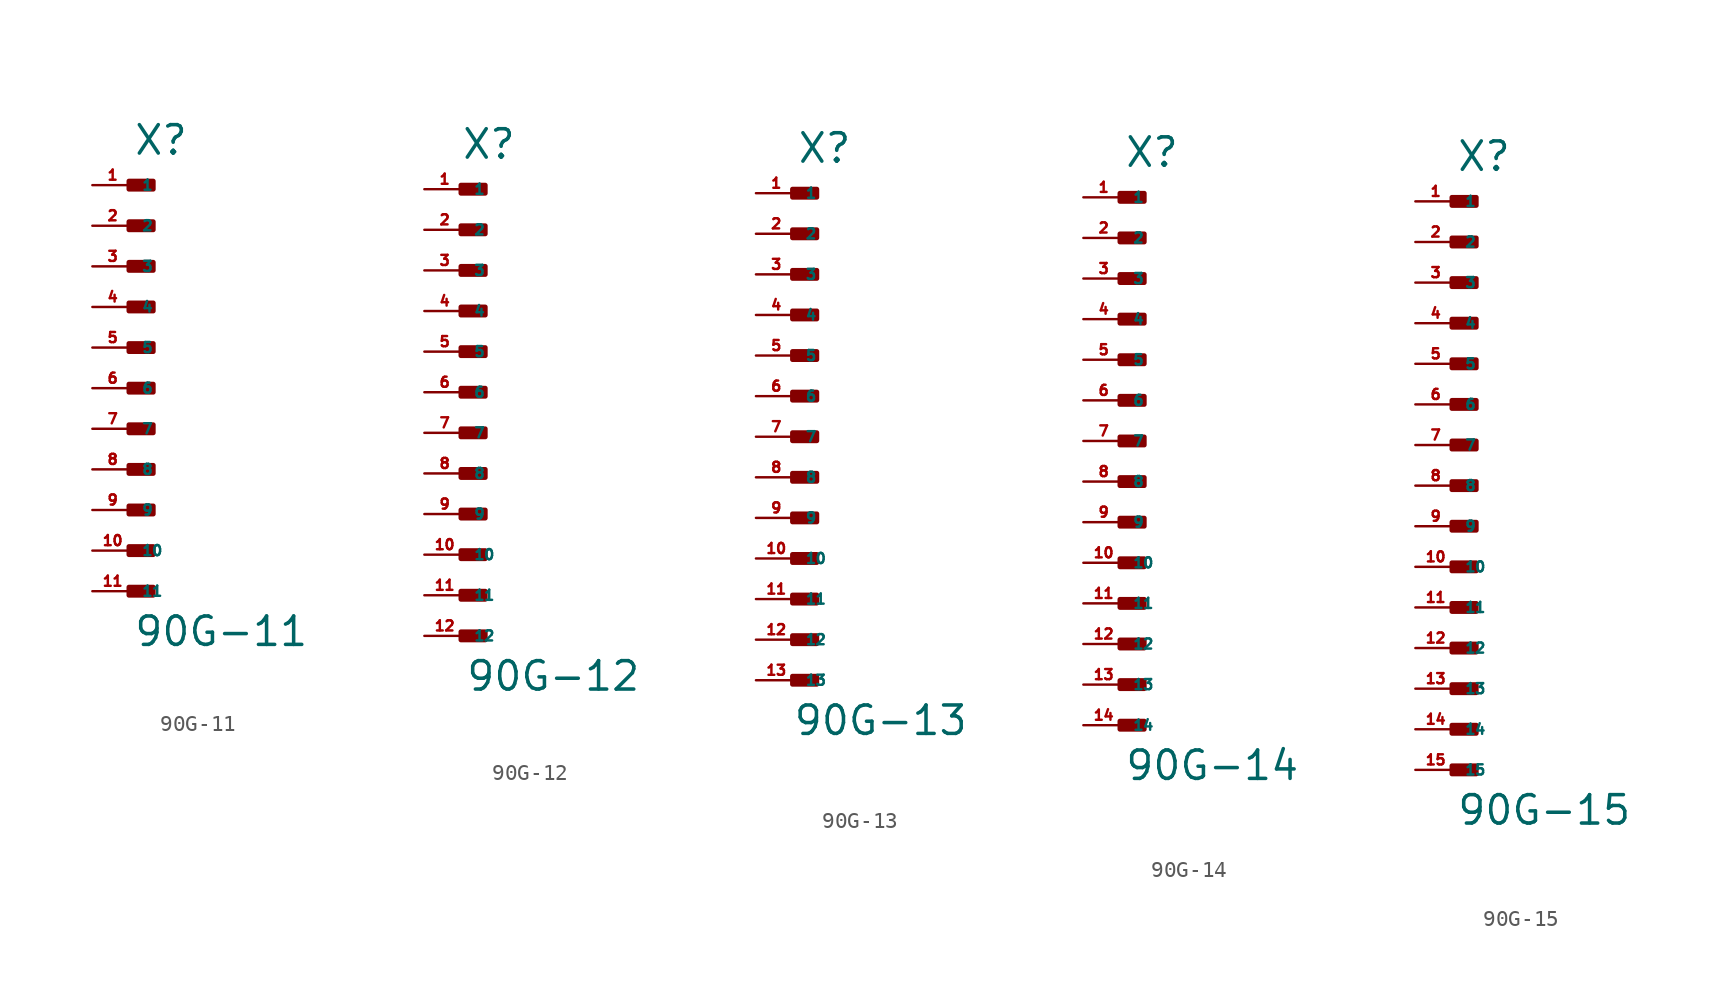
<source format=kicad_sym>
(kicad_symbol_lib
  (version 20220914)
  (generator Eagle2Kicad)
  (symbol "90G-11"
    (property "Reference" "X"
      (at 0 14.478 0)
      (effects (font (size 1.778 1.778) (thickness 0.22)) (justify left bottom)))
    (property "Value" "90G-11"
      (at 0 -16.256 0)
      (effects (font (size 1.778 1.778) (thickness 0.22)) (justify left bottom)))
    (rectangle
      (start -0.254 12.446)
      (end 1.27 12.954)
      (stroke (width 0.3) (type default))
      (fill (type outline)))
    (rectangle
      (start -0.254 9.906)
      (end 1.27 10.414)
      (stroke (width 0.3) (type default))
      (fill (type outline)))
    (rectangle
      (start -0.254 7.366)
      (end 1.27 7.874)
      (stroke (width 0.3) (type default))
      (fill (type outline)))
    (rectangle
      (start -0.254 4.826)
      (end 1.27 5.334)
      (stroke (width 0.3) (type default))
      (fill (type outline)))
    (rectangle
      (start -0.254 2.286)
      (end 1.27 2.794)
      (stroke (width 0.3) (type default))
      (fill (type outline)))
    (rectangle
      (start -0.254 -0.254)
      (end 1.27 0.254)
      (stroke (width 0.3) (type default))
      (fill (type outline)))
    (rectangle
      (start -0.254 -2.794)
      (end 1.27 -2.286)
      (stroke (width 0.3) (type default))
      (fill (type outline)))
    (rectangle
      (start -0.254 -5.334)
      (end 1.27 -4.826)
      (stroke (width 0.3) (type default))
      (fill (type outline)))
    (rectangle
      (start -0.254 -7.874)
      (end 1.27 -7.366)
      (stroke (width 0.3) (type default))
      (fill (type outline)))
    (rectangle
      (start -0.254 -10.414)
      (end 1.27 -9.906)
      (stroke (width 0.3) (type default))
      (fill (type outline)))
    (rectangle
      (start -0.254 -12.954)
      (end 1.27 -12.446)
      (stroke (width 0.3) (type default))
      (fill (type outline)))
    (pin passive line
      (at -2.54 12.7 0)
      (length 2.54)
      (name "1" (effects (font (size 0.635 0.635) (thickness 0.08)) (justify left bottom)))
      (number "1" (effects (font (size 0.635 0.635) (thickness 0.08)) (justify left bottom))))
    (pin passive line
      (at -2.54 10.16 0)
      (length 2.54)
      (name "2" (effects (font (size 0.635 0.635) (thickness 0.08)) (justify left bottom)))
      (number "2" (effects (font (size 0.635 0.635) (thickness 0.08)) (justify left bottom))))
    (pin passive line
      (at -2.54 7.62 0)
      (length 2.54)
      (name "3" (effects (font (size 0.635 0.635) (thickness 0.08)) (justify left bottom)))
      (number "3" (effects (font (size 0.635 0.635) (thickness 0.08)) (justify left bottom))))
    (pin passive line
      (at -2.54 5.08 0)
      (length 2.54)
      (name "4" (effects (font (size 0.635 0.635) (thickness 0.08)) (justify left bottom)))
      (number "4" (effects (font (size 0.635 0.635) (thickness 0.08)) (justify left bottom))))
    (pin passive line
      (at -2.54 2.54 0)
      (length 2.54)
      (name "5" (effects (font (size 0.635 0.635) (thickness 0.08)) (justify left bottom)))
      (number "5" (effects (font (size 0.635 0.635) (thickness 0.08)) (justify left bottom))))
    (pin passive line
      (at -2.54 0 0)
      (length 2.54)
      (name "6" (effects (font (size 0.635 0.635) (thickness 0.08)) (justify left bottom)))
      (number "6" (effects (font (size 0.635 0.635) (thickness 0.08)) (justify left bottom))))
    (pin passive line
      (at -2.54 -2.54 0)
      (length 2.54)
      (name "7" (effects (font (size 0.635 0.635) (thickness 0.08)) (justify left bottom)))
      (number "7" (effects (font (size 0.635 0.635) (thickness 0.08)) (justify left bottom))))
    (pin passive line
      (at -2.54 -5.08 0)
      (length 2.54)
      (name "8" (effects (font (size 0.635 0.635) (thickness 0.08)) (justify left bottom)))
      (number "8" (effects (font (size 0.635 0.635) (thickness 0.08)) (justify left bottom))))
    (pin passive line
      (at -2.54 -7.62 0)
      (length 2.54)
      (name "9" (effects (font (size 0.635 0.635) (thickness 0.08)) (justify left bottom)))
      (number "9" (effects (font (size 0.635 0.635) (thickness 0.08)) (justify left bottom))))
    (pin passive line
      (at -2.54 -10.16 0)
      (length 2.54)
      (name "10" (effects (font (size 0.635 0.635) (thickness 0.08)) (justify left bottom)))
      (number "10" (effects (font (size 0.635 0.635) (thickness 0.08)) (justify left bottom))))
    (pin passive line
      (at -2.54 -12.7 0)
      (length 2.54)
      (name "11" (effects (font (size 0.635 0.635) (thickness 0.08)) (justify left bottom)))
      (number "11" (effects (font (size 0.635 0.635) (thickness 0.08)) (justify left bottom)))))
  (symbol "90G-12"
    (property "Reference" "X"
      (at -0.254 14.478 0)
      (effects (font (size 1.778 1.778) (thickness 0.22)) (justify left bottom)))
    (property "Value" "90G-12"
      (at 0 -18.796 0)
      (effects (font (size 1.778 1.778) (thickness 0.22)) (justify left bottom)))
    (rectangle
      (start -0.254 12.446)
      (end 1.27 12.954)
      (stroke (width 0.3) (type default))
      (fill (type outline)))
    (rectangle
      (start -0.254 9.906)
      (end 1.27 10.414)
      (stroke (width 0.3) (type default))
      (fill (type outline)))
    (rectangle
      (start -0.254 7.366)
      (end 1.27 7.874)
      (stroke (width 0.3) (type default))
      (fill (type outline)))
    (rectangle
      (start -0.254 4.826)
      (end 1.27 5.334)
      (stroke (width 0.3) (type default))
      (fill (type outline)))
    (rectangle
      (start -0.254 2.286)
      (end 1.27 2.794)
      (stroke (width 0.3) (type default))
      (fill (type outline)))
    (rectangle
      (start -0.254 -0.254)
      (end 1.27 0.254)
      (stroke (width 0.3) (type default))
      (fill (type outline)))
    (rectangle
      (start -0.254 -2.794)
      (end 1.27 -2.286)
      (stroke (width 0.3) (type default))
      (fill (type outline)))
    (rectangle
      (start -0.254 -5.334)
      (end 1.27 -4.826)
      (stroke (width 0.3) (type default))
      (fill (type outline)))
    (rectangle
      (start -0.254 -7.874)
      (end 1.27 -7.366)
      (stroke (width 0.3) (type default))
      (fill (type outline)))
    (rectangle
      (start -0.254 -10.414)
      (end 1.27 -9.906)
      (stroke (width 0.3) (type default))
      (fill (type outline)))
    (rectangle
      (start -0.254 -12.954)
      (end 1.27 -12.446)
      (stroke (width 0.3) (type default))
      (fill (type outline)))
    (rectangle
      (start -0.254 -15.494)
      (end 1.27 -14.986)
      (stroke (width 0.3) (type default))
      (fill (type outline)))
    (pin passive line
      (at -2.54 12.7 0)
      (length 2.54)
      (name "1" (effects (font (size 0.635 0.635) (thickness 0.08)) (justify left bottom)))
      (number "1" (effects (font (size 0.635 0.635) (thickness 0.08)) (justify left bottom))))
    (pin passive line
      (at -2.54 10.16 0)
      (length 2.54)
      (name "2" (effects (font (size 0.635 0.635) (thickness 0.08)) (justify left bottom)))
      (number "2" (effects (font (size 0.635 0.635) (thickness 0.08)) (justify left bottom))))
    (pin passive line
      (at -2.54 7.62 0)
      (length 2.54)
      (name "3" (effects (font (size 0.635 0.635) (thickness 0.08)) (justify left bottom)))
      (number "3" (effects (font (size 0.635 0.635) (thickness 0.08)) (justify left bottom))))
    (pin passive line
      (at -2.54 5.08 0)
      (length 2.54)
      (name "4" (effects (font (size 0.635 0.635) (thickness 0.08)) (justify left bottom)))
      (number "4" (effects (font (size 0.635 0.635) (thickness 0.08)) (justify left bottom))))
    (pin passive line
      (at -2.54 2.54 0)
      (length 2.54)
      (name "5" (effects (font (size 0.635 0.635) (thickness 0.08)) (justify left bottom)))
      (number "5" (effects (font (size 0.635 0.635) (thickness 0.08)) (justify left bottom))))
    (pin passive line
      (at -2.54 0 0)
      (length 2.54)
      (name "6" (effects (font (size 0.635 0.635) (thickness 0.08)) (justify left bottom)))
      (number "6" (effects (font (size 0.635 0.635) (thickness 0.08)) (justify left bottom))))
    (pin passive line
      (at -2.54 -2.54 0)
      (length 2.54)
      (name "7" (effects (font (size 0.635 0.635) (thickness 0.08)) (justify left bottom)))
      (number "7" (effects (font (size 0.635 0.635) (thickness 0.08)) (justify left bottom))))
    (pin passive line
      (at -2.54 -5.08 0)
      (length 2.54)
      (name "8" (effects (font (size 0.635 0.635) (thickness 0.08)) (justify left bottom)))
      (number "8" (effects (font (size 0.635 0.635) (thickness 0.08)) (justify left bottom))))
    (pin passive line
      (at -2.54 -7.62 0)
      (length 2.54)
      (name "9" (effects (font (size 0.635 0.635) (thickness 0.08)) (justify left bottom)))
      (number "9" (effects (font (size 0.635 0.635) (thickness 0.08)) (justify left bottom))))
    (pin passive line
      (at -2.54 -10.16 0)
      (length 2.54)
      (name "10" (effects (font (size 0.635 0.635) (thickness 0.08)) (justify left bottom)))
      (number "10" (effects (font (size 0.635 0.635) (thickness 0.08)) (justify left bottom))))
    (pin passive line
      (at -2.54 -12.7 0)
      (length 2.54)
      (name "11" (effects (font (size 0.635 0.635) (thickness 0.08)) (justify left bottom)))
      (number "11" (effects (font (size 0.635 0.635) (thickness 0.08)) (justify left bottom))))
    (pin passive line
      (at -2.54 -15.24 0)
      (length 2.54)
      (name "12" (effects (font (size 0.635 0.635) (thickness 0.08)) (justify left bottom)))
      (number "12" (effects (font (size 0.635 0.635) (thickness 0.08)) (justify left bottom)))))
  (symbol "90G-13"
    (property "Reference" "X"
      (at 0 17.018 0)
      (effects (font (size 1.778 1.778) (thickness 0.22)) (justify left bottom)))
    (property "Value" "90G-13"
      (at -0.254 -18.796 0)
      (effects (font (size 1.778 1.778) (thickness 0.22)) (justify left bottom)))
    (rectangle
      (start -0.254 14.986)
      (end 1.27 15.494)
      (stroke (width 0.3) (type default))
      (fill (type outline)))
    (rectangle
      (start -0.254 12.446)
      (end 1.27 12.954)
      (stroke (width 0.3) (type default))
      (fill (type outline)))
    (rectangle
      (start -0.254 9.906)
      (end 1.27 10.414)
      (stroke (width 0.3) (type default))
      (fill (type outline)))
    (rectangle
      (start -0.254 7.366)
      (end 1.27 7.874)
      (stroke (width 0.3) (type default))
      (fill (type outline)))
    (rectangle
      (start -0.254 4.826)
      (end 1.27 5.334)
      (stroke (width 0.3) (type default))
      (fill (type outline)))
    (rectangle
      (start -0.254 2.286)
      (end 1.27 2.794)
      (stroke (width 0.3) (type default))
      (fill (type outline)))
    (rectangle
      (start -0.254 -0.254)
      (end 1.27 0.254)
      (stroke (width 0.3) (type default))
      (fill (type outline)))
    (rectangle
      (start -0.254 -2.794)
      (end 1.27 -2.286)
      (stroke (width 0.3) (type default))
      (fill (type outline)))
    (rectangle
      (start -0.254 -5.334)
      (end 1.27 -4.826)
      (stroke (width 0.3) (type default))
      (fill (type outline)))
    (rectangle
      (start -0.254 -7.874)
      (end 1.27 -7.366)
      (stroke (width 0.3) (type default))
      (fill (type outline)))
    (rectangle
      (start -0.254 -10.414)
      (end 1.27 -9.906)
      (stroke (width 0.3) (type default))
      (fill (type outline)))
    (rectangle
      (start -0.254 -12.954)
      (end 1.27 -12.446)
      (stroke (width 0.3) (type default))
      (fill (type outline)))
    (rectangle
      (start -0.254 -15.494)
      (end 1.27 -14.986)
      (stroke (width 0.3) (type default))
      (fill (type outline)))
    (pin passive line
      (at -2.54 15.24 0)
      (length 2.54)
      (name "1" (effects (font (size 0.635 0.635) (thickness 0.08)) (justify left bottom)))
      (number "1" (effects (font (size 0.635 0.635) (thickness 0.08)) (justify left bottom))))
    (pin passive line
      (at -2.54 12.7 0)
      (length 2.54)
      (name "2" (effects (font (size 0.635 0.635) (thickness 0.08)) (justify left bottom)))
      (number "2" (effects (font (size 0.635 0.635) (thickness 0.08)) (justify left bottom))))
    (pin passive line
      (at -2.54 10.16 0)
      (length 2.54)
      (name "3" (effects (font (size 0.635 0.635) (thickness 0.08)) (justify left bottom)))
      (number "3" (effects (font (size 0.635 0.635) (thickness 0.08)) (justify left bottom))))
    (pin passive line
      (at -2.54 7.62 0)
      (length 2.54)
      (name "4" (effects (font (size 0.635 0.635) (thickness 0.08)) (justify left bottom)))
      (number "4" (effects (font (size 0.635 0.635) (thickness 0.08)) (justify left bottom))))
    (pin passive line
      (at -2.54 5.08 0)
      (length 2.54)
      (name "5" (effects (font (size 0.635 0.635) (thickness 0.08)) (justify left bottom)))
      (number "5" (effects (font (size 0.635 0.635) (thickness 0.08)) (justify left bottom))))
    (pin passive line
      (at -2.54 2.54 0)
      (length 2.54)
      (name "6" (effects (font (size 0.635 0.635) (thickness 0.08)) (justify left bottom)))
      (number "6" (effects (font (size 0.635 0.635) (thickness 0.08)) (justify left bottom))))
    (pin passive line
      (at -2.54 0 0)
      (length 2.54)
      (name "7" (effects (font (size 0.635 0.635) (thickness 0.08)) (justify left bottom)))
      (number "7" (effects (font (size 0.635 0.635) (thickness 0.08)) (justify left bottom))))
    (pin passive line
      (at -2.54 -2.54 0)
      (length 2.54)
      (name "8" (effects (font (size 0.635 0.635) (thickness 0.08)) (justify left bottom)))
      (number "8" (effects (font (size 0.635 0.635) (thickness 0.08)) (justify left bottom))))
    (pin passive line
      (at -2.54 -5.08 0)
      (length 2.54)
      (name "9" (effects (font (size 0.635 0.635) (thickness 0.08)) (justify left bottom)))
      (number "9" (effects (font (size 0.635 0.635) (thickness 0.08)) (justify left bottom))))
    (pin passive line
      (at -2.54 -7.62 0)
      (length 2.54)
      (name "10" (effects (font (size 0.635 0.635) (thickness 0.08)) (justify left bottom)))
      (number "10" (effects (font (size 0.635 0.635) (thickness 0.08)) (justify left bottom))))
    (pin passive line
      (at -2.54 -10.16 0)
      (length 2.54)
      (name "11" (effects (font (size 0.635 0.635) (thickness 0.08)) (justify left bottom)))
      (number "11" (effects (font (size 0.635 0.635) (thickness 0.08)) (justify left bottom))))
    (pin passive line
      (at -2.54 -12.7 0)
      (length 2.54)
      (name "12" (effects (font (size 0.635 0.635) (thickness 0.08)) (justify left bottom)))
      (number "12" (effects (font (size 0.635 0.635) (thickness 0.08)) (justify left bottom))))
    (pin passive line
      (at -2.54 -15.24 0)
      (length 2.54)
      (name "13" (effects (font (size 0.635 0.635) (thickness 0.08)) (justify left bottom)))
      (number "13" (effects (font (size 0.635 0.635) (thickness 0.08)) (justify left bottom)))))
  (symbol "90G-14"
    (property "Reference" "X"
      (at 0 17.018 0)
      (effects (font (size 1.778 1.778) (thickness 0.22)) (justify left bottom)))
    (property "Value" "90G-14"
      (at 0 -21.336 0)
      (effects (font (size 1.778 1.778) (thickness 0.22)) (justify left bottom)))
    (rectangle
      (start -0.254 14.986)
      (end 1.27 15.494)
      (stroke (width 0.3) (type default))
      (fill (type outline)))
    (rectangle
      (start -0.254 12.446)
      (end 1.27 12.954)
      (stroke (width 0.3) (type default))
      (fill (type outline)))
    (rectangle
      (start -0.254 9.906)
      (end 1.27 10.414)
      (stroke (width 0.3) (type default))
      (fill (type outline)))
    (rectangle
      (start -0.254 7.366)
      (end 1.27 7.874)
      (stroke (width 0.3) (type default))
      (fill (type outline)))
    (rectangle
      (start -0.254 4.826)
      (end 1.27 5.334)
      (stroke (width 0.3) (type default))
      (fill (type outline)))
    (rectangle
      (start -0.254 2.286)
      (end 1.27 2.794)
      (stroke (width 0.3) (type default))
      (fill (type outline)))
    (rectangle
      (start -0.254 -0.254)
      (end 1.27 0.254)
      (stroke (width 0.3) (type default))
      (fill (type outline)))
    (rectangle
      (start -0.254 -2.794)
      (end 1.27 -2.286)
      (stroke (width 0.3) (type default))
      (fill (type outline)))
    (rectangle
      (start -0.254 -5.334)
      (end 1.27 -4.826)
      (stroke (width 0.3) (type default))
      (fill (type outline)))
    (rectangle
      (start -0.254 -7.874)
      (end 1.27 -7.366)
      (stroke (width 0.3) (type default))
      (fill (type outline)))
    (rectangle
      (start -0.254 -10.414)
      (end 1.27 -9.906)
      (stroke (width 0.3) (type default))
      (fill (type outline)))
    (rectangle
      (start -0.254 -12.954)
      (end 1.27 -12.446)
      (stroke (width 0.3) (type default))
      (fill (type outline)))
    (rectangle
      (start -0.254 -15.494)
      (end 1.27 -14.986)
      (stroke (width 0.3) (type default))
      (fill (type outline)))
    (rectangle
      (start -0.254 -18.034)
      (end 1.27 -17.526)
      (stroke (width 0.3) (type default))
      (fill (type outline)))
    (pin passive line
      (at -2.54 15.24 0)
      (length 2.54)
      (name "1" (effects (font (size 0.635 0.635) (thickness 0.08)) (justify left bottom)))
      (number "1" (effects (font (size 0.635 0.635) (thickness 0.08)) (justify left bottom))))
    (pin passive line
      (at -2.54 12.7 0)
      (length 2.54)
      (name "2" (effects (font (size 0.635 0.635) (thickness 0.08)) (justify left bottom)))
      (number "2" (effects (font (size 0.635 0.635) (thickness 0.08)) (justify left bottom))))
    (pin passive line
      (at -2.54 10.16 0)
      (length 2.54)
      (name "3" (effects (font (size 0.635 0.635) (thickness 0.08)) (justify left bottom)))
      (number "3" (effects (font (size 0.635 0.635) (thickness 0.08)) (justify left bottom))))
    (pin passive line
      (at -2.54 7.62 0)
      (length 2.54)
      (name "4" (effects (font (size 0.635 0.635) (thickness 0.08)) (justify left bottom)))
      (number "4" (effects (font (size 0.635 0.635) (thickness 0.08)) (justify left bottom))))
    (pin passive line
      (at -2.54 5.08 0)
      (length 2.54)
      (name "5" (effects (font (size 0.635 0.635) (thickness 0.08)) (justify left bottom)))
      (number "5" (effects (font (size 0.635 0.635) (thickness 0.08)) (justify left bottom))))
    (pin passive line
      (at -2.54 2.54 0)
      (length 2.54)
      (name "6" (effects (font (size 0.635 0.635) (thickness 0.08)) (justify left bottom)))
      (number "6" (effects (font (size 0.635 0.635) (thickness 0.08)) (justify left bottom))))
    (pin passive line
      (at -2.54 0 0)
      (length 2.54)
      (name "7" (effects (font (size 0.635 0.635) (thickness 0.08)) (justify left bottom)))
      (number "7" (effects (font (size 0.635 0.635) (thickness 0.08)) (justify left bottom))))
    (pin passive line
      (at -2.54 -2.54 0)
      (length 2.54)
      (name "8" (effects (font (size 0.635 0.635) (thickness 0.08)) (justify left bottom)))
      (number "8" (effects (font (size 0.635 0.635) (thickness 0.08)) (justify left bottom))))
    (pin passive line
      (at -2.54 -5.08 0)
      (length 2.54)
      (name "9" (effects (font (size 0.635 0.635) (thickness 0.08)) (justify left bottom)))
      (number "9" (effects (font (size 0.635 0.635) (thickness 0.08)) (justify left bottom))))
    (pin passive line
      (at -2.54 -7.62 0)
      (length 2.54)
      (name "10" (effects (font (size 0.635 0.635) (thickness 0.08)) (justify left bottom)))
      (number "10" (effects (font (size 0.635 0.635) (thickness 0.08)) (justify left bottom))))
    (pin passive line
      (at -2.54 -10.16 0)
      (length 2.54)
      (name "11" (effects (font (size 0.635 0.635) (thickness 0.08)) (justify left bottom)))
      (number "11" (effects (font (size 0.635 0.635) (thickness 0.08)) (justify left bottom))))
    (pin passive line
      (at -2.54 -12.7 0)
      (length 2.54)
      (name "12" (effects (font (size 0.635 0.635) (thickness 0.08)) (justify left bottom)))
      (number "12" (effects (font (size 0.635 0.635) (thickness 0.08)) (justify left bottom))))
    (pin passive line
      (at -2.54 -15.24 0)
      (length 2.54)
      (name "13" (effects (font (size 0.635 0.635) (thickness 0.08)) (justify left bottom)))
      (number "13" (effects (font (size 0.635 0.635) (thickness 0.08)) (justify left bottom))))
    (pin passive line
      (at -2.54 -17.78 0)
      (length 2.54)
      (name "14" (effects (font (size 0.635 0.635) (thickness 0.08)) (justify left bottom)))
      (number "14" (effects (font (size 0.635 0.635) (thickness 0.08)) (justify left bottom)))))
  (symbol "90G-15"
    (property "Reference" "X"
      (at 0 19.558 0)
      (effects (font (size 1.778 1.778) (thickness 0.22)) (justify left bottom)))
    (property "Value" "90G-15"
      (at 0 -21.336 0)
      (effects (font (size 1.778 1.778) (thickness 0.22)) (justify left bottom)))
    (rectangle
      (start -0.254 17.526)
      (end 1.27 18.034)
      (stroke (width 0.3) (type default))
      (fill (type outline)))
    (rectangle
      (start -0.254 14.986)
      (end 1.27 15.494)
      (stroke (width 0.3) (type default))
      (fill (type outline)))
    (rectangle
      (start -0.254 12.446)
      (end 1.27 12.954)
      (stroke (width 0.3) (type default))
      (fill (type outline)))
    (rectangle
      (start -0.254 9.906)
      (end 1.27 10.414)
      (stroke (width 0.3) (type default))
      (fill (type outline)))
    (rectangle
      (start -0.254 7.366)
      (end 1.27 7.874)
      (stroke (width 0.3) (type default))
      (fill (type outline)))
    (rectangle
      (start -0.254 4.826)
      (end 1.27 5.334)
      (stroke (width 0.3) (type default))
      (fill (type outline)))
    (rectangle
      (start -0.254 2.286)
      (end 1.27 2.794)
      (stroke (width 0.3) (type default))
      (fill (type outline)))
    (rectangle
      (start -0.254 -0.254)
      (end 1.27 0.254)
      (stroke (width 0.3) (type default))
      (fill (type outline)))
    (rectangle
      (start -0.254 -2.794)
      (end 1.27 -2.286)
      (stroke (width 0.3) (type default))
      (fill (type outline)))
    (rectangle
      (start -0.254 -5.334)
      (end 1.27 -4.826)
      (stroke (width 0.3) (type default))
      (fill (type outline)))
    (rectangle
      (start -0.254 -7.874)
      (end 1.27 -7.366)
      (stroke (width 0.3) (type default))
      (fill (type outline)))
    (rectangle
      (start -0.254 -10.414)
      (end 1.27 -9.906)
      (stroke (width 0.3) (type default))
      (fill (type outline)))
    (rectangle
      (start -0.254 -12.954)
      (end 1.27 -12.446)
      (stroke (width 0.3) (type default))
      (fill (type outline)))
    (rectangle
      (start -0.254 -15.494)
      (end 1.27 -14.986)
      (stroke (width 0.3) (type default))
      (fill (type outline)))
    (rectangle
      (start -0.254 -18.034)
      (end 1.27 -17.526)
      (stroke (width 0.3) (type default))
      (fill (type outline)))
    (pin passive line
      (at -2.54 17.78 0)
      (length 2.54)
      (name "1" (effects (font (size 0.635 0.635) (thickness 0.08)) (justify left bottom)))
      (number "1" (effects (font (size 0.635 0.635) (thickness 0.08)) (justify left bottom))))
    (pin passive line
      (at -2.54 15.24 0)
      (length 2.54)
      (name "2" (effects (font (size 0.635 0.635) (thickness 0.08)) (justify left bottom)))
      (number "2" (effects (font (size 0.635 0.635) (thickness 0.08)) (justify left bottom))))
    (pin passive line
      (at -2.54 12.7 0)
      (length 2.54)
      (name "3" (effects (font (size 0.635 0.635) (thickness 0.08)) (justify left bottom)))
      (number "3" (effects (font (size 0.635 0.635) (thickness 0.08)) (justify left bottom))))
    (pin passive line
      (at -2.54 10.16 0)
      (length 2.54)
      (name "4" (effects (font (size 0.635 0.635) (thickness 0.08)) (justify left bottom)))
      (number "4" (effects (font (size 0.635 0.635) (thickness 0.08)) (justify left bottom))))
    (pin passive line
      (at -2.54 7.62 0)
      (length 2.54)
      (name "5" (effects (font (size 0.635 0.635) (thickness 0.08)) (justify left bottom)))
      (number "5" (effects (font (size 0.635 0.635) (thickness 0.08)) (justify left bottom))))
    (pin passive line
      (at -2.54 5.08 0)
      (length 2.54)
      (name "6" (effects (font (size 0.635 0.635) (thickness 0.08)) (justify left bottom)))
      (number "6" (effects (font (size 0.635 0.635) (thickness 0.08)) (justify left bottom))))
    (pin passive line
      (at -2.54 2.54 0)
      (length 2.54)
      (name "7" (effects (font (size 0.635 0.635) (thickness 0.08)) (justify left bottom)))
      (number "7" (effects (font (size 0.635 0.635) (thickness 0.08)) (justify left bottom))))
    (pin passive line
      (at -2.54 0 0)
      (length 2.54)
      (name "8" (effects (font (size 0.635 0.635) (thickness 0.08)) (justify left bottom)))
      (number "8" (effects (font (size 0.635 0.635) (thickness 0.08)) (justify left bottom))))
    (pin passive line
      (at -2.54 -2.54 0)
      (length 2.54)
      (name "9" (effects (font (size 0.635 0.635) (thickness 0.08)) (justify left bottom)))
      (number "9" (effects (font (size 0.635 0.635) (thickness 0.08)) (justify left bottom))))
    (pin passive line
      (at -2.54 -5.08 0)
      (length 2.54)
      (name "10" (effects (font (size 0.635 0.635) (thickness 0.08)) (justify left bottom)))
      (number "10" (effects (font (size 0.635 0.635) (thickness 0.08)) (justify left bottom))))
    (pin passive line
      (at -2.54 -7.62 0)
      (length 2.54)
      (name "11" (effects (font (size 0.635 0.635) (thickness 0.08)) (justify left bottom)))
      (number "11" (effects (font (size 0.635 0.635) (thickness 0.08)) (justify left bottom))))
    (pin passive line
      (at -2.54 -10.16 0)
      (length 2.54)
      (name "12" (effects (font (size 0.635 0.635) (thickness 0.08)) (justify left bottom)))
      (number "12" (effects (font (size 0.635 0.635) (thickness 0.08)) (justify left bottom))))
    (pin passive line
      (at -2.54 -12.7 0)
      (length 2.54)
      (name "13" (effects (font (size 0.635 0.635) (thickness 0.08)) (justify left bottom)))
      (number "13" (effects (font (size 0.635 0.635) (thickness 0.08)) (justify left bottom))))
    (pin passive line
      (at -2.54 -15.24 0)
      (length 2.54)
      (name "14" (effects (font (size 0.635 0.635) (thickness 0.08)) (justify left bottom)))
      (number "14" (effects (font (size 0.635 0.635) (thickness 0.08)) (justify left bottom))))
    (pin passive line
      (at -2.54 -17.78 0)
      (length 2.54)
      (name "15" (effects (font (size 0.635 0.635) (thickness 0.08)) (justify left bottom)))
      (number "15" (effects (font (size 0.635 0.635) (thickness 0.08)) (justify left bottom))))))
</source>
